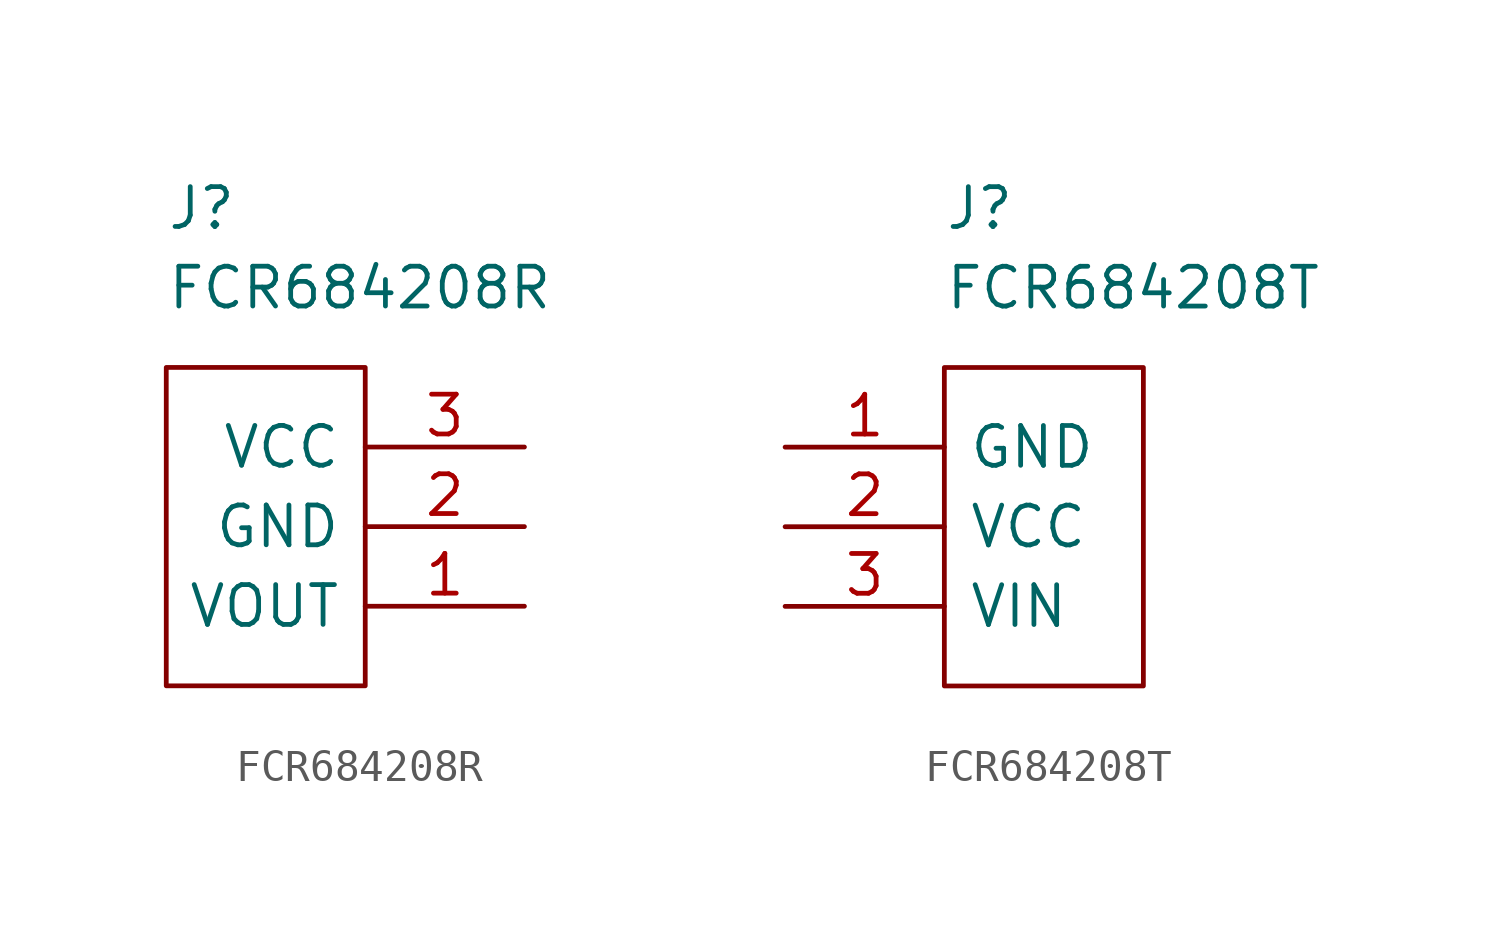
<source format=kicad_sym>
(kicad_symbol_lib
  (version 20220914)
  (generator kicad_symbol_editor)
  (symbol "FCR684208R"
    (pin_names
      (offset 0.762))
    (property "Reference" "J"
      (at -3.81 10.16 0)
      (effects (font (size 1.27 1.27)) (justify left)))
    (property "Value" "FCR684208R"
      (at -3.81 7.62 0)
      (effects (font (size 1.27 1.27)) (justify left)))
    (symbol "FCR684208R_0_0"
      (pin passive line (at 7.62 -2.54 180) (length 5.08) (name "VOUT" (effects (font (size 1.27 1.27)))) (number "1" (effects (font (size 1.27 1.27)))))
      (pin passive line (at 7.62 0 180) (length 5.08) (name "GND" (effects (font (size 1.27 1.27)))) (number "2" (effects (font (size 1.27 1.27)))))
      (pin passive line (at 7.62 2.54 180) (length 5.08) (name "VCC" (effects (font (size 1.27 1.27)))) (number "3" (effects (font (size 1.27 1.27))))))
    (symbol "FCR684208R_0_1"
      (polyline (pts (xy -3.81 5.08) (xy 2.54 5.08) (xy 2.54 -5.08) (xy -3.81 -5.08) (xy -3.81 5.08)) (stroke (width 0.152) (type default)) (fill (type none)))))
  (symbol "FCR684208T"
    (pin_names
      (offset 0.762))
    (property "Reference" "J"
      (at -2.54 10.16 0)
      (effects (font (size 1.27 1.27)) (justify left)))
    (property "Value" "FCR684208T"
      (at -2.54 7.62 0)
      (effects (font (size 1.27 1.27)) (justify left)))
    (symbol "FCR684208T_0_0"
      (pin passive line (at -7.62 2.54 0) (length 5.08) (name "GND" (effects (font (size 1.27 1.27)))) (number "1" (effects (font (size 1.27 1.27)))))
      (pin passive line (at -7.62 0 0) (length 5.08) (name "VCC" (effects (font (size 1.27 1.27)))) (number "2" (effects (font (size 1.27 1.27)))))
      (pin passive line (at -7.62 -2.54 0) (length 5.08) (name "VIN" (effects (font (size 1.27 1.27)))) (number "3" (effects (font (size 1.27 1.27))))))
    (symbol "FCR684208T_0_1"
      (polyline (pts (xy -2.54 5.08) (xy 3.81 5.08) (xy 3.81 -5.08) (xy -2.54 -5.08) (xy -2.54 5.08)) (stroke (width 0.152) (type default)) (fill (type none))))))
</source>
